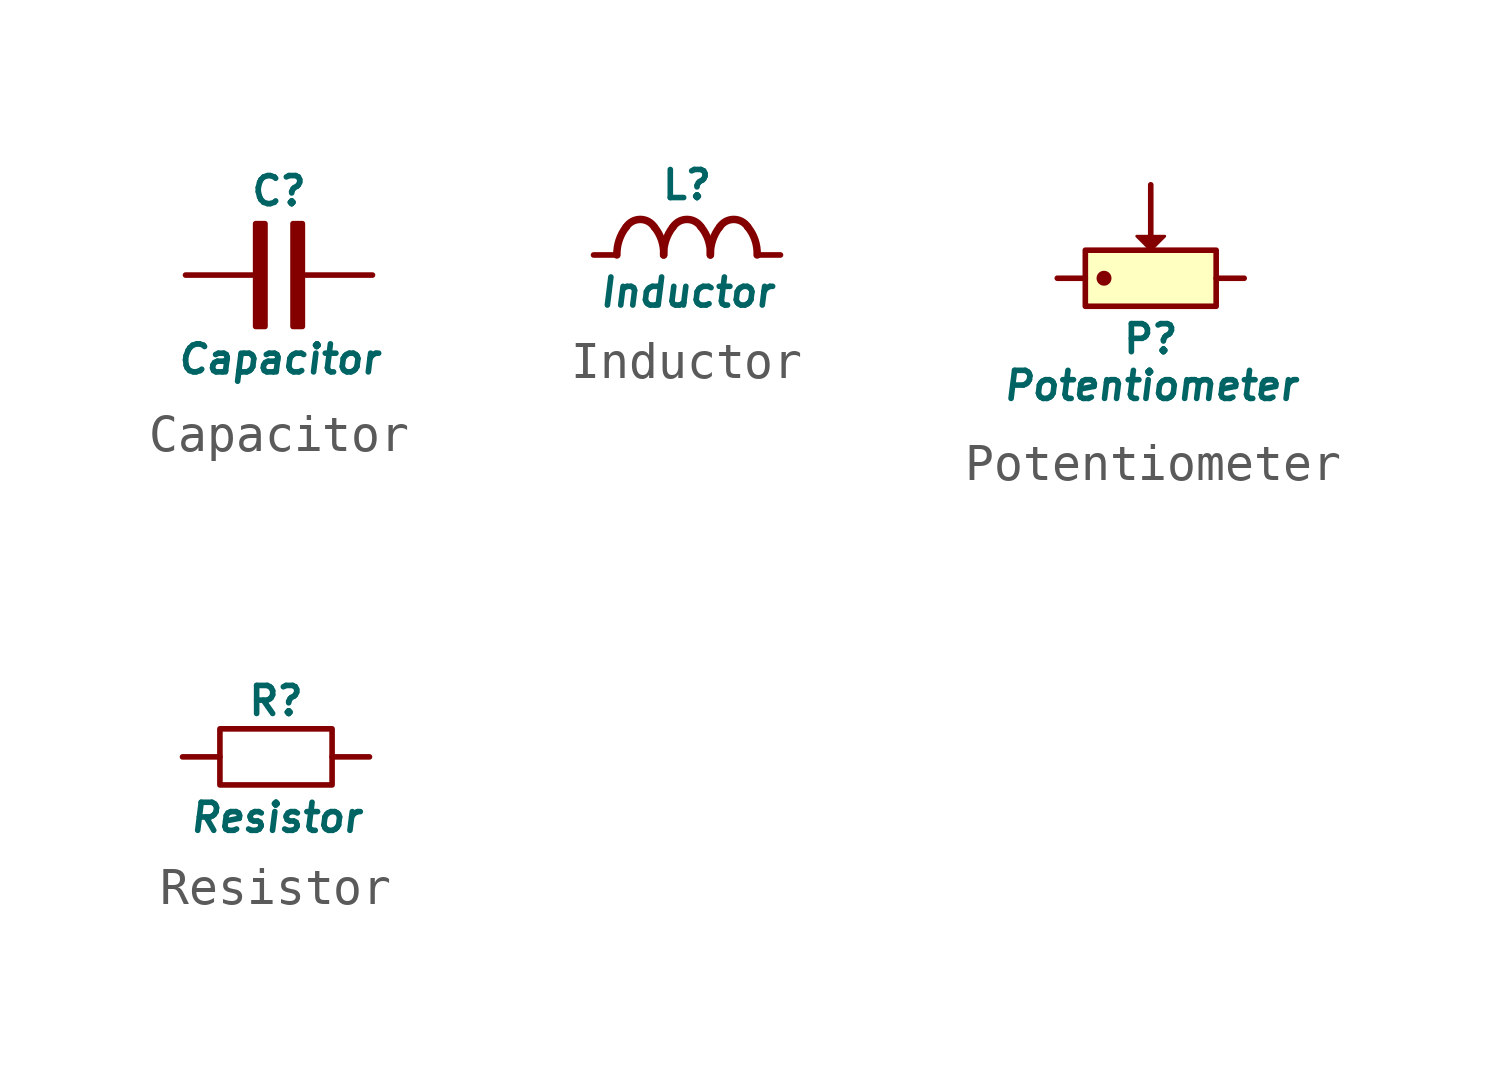
<source format=kicad_sym>
(kicad_symbol_lib
  (version 20220914)
  (generator kicad_symbol_editor)
  (symbol "Capacitor"
    (pin_numbers hide)
    (pin_names
      (offset 0) hide)
    (property "Reference" "C"
      (at 0 2.286 0)
      (effects (font (size 0.762 0.762))))
    (property "Value" "Capacitor"
      (at 0 -2.286 0)
      (effects (font (size 0.762 0.762) italic)))
    (symbol "Capacitor_0_1"
      (rectangle (start -0.635 1.397) (end -0.381 -1.397) (stroke (width 0) (type solid)) (fill (type outline)))
      (rectangle (start 0.381 -1.397) (end 0.635 1.397) (stroke (width 0) (type solid)) (fill (type outline))))
    (symbol "Capacitor_1_1"
      (pin passive line (at -2.54 0 0) (length 1.905) (name "1" (effects (font (size 0.508 0.508)))) (number "1" (effects (font (size 0.508 0.508)))))
      (pin passive line (at 2.54 0 180) (length 1.905) (name "2" (effects (font (size 0.508 0.508)))) (number "2" (effects (font (size 0.508 0.508)))))))
  (symbol "Inductor"
    (pin_numbers hide)
    (pin_names
      (offset 0) hide)
    (property "Reference" "L"
      (at 0 1.905 0)
      (effects (font (size 0.762 0.762))))
    (property "Value" "Inductor"
      (at 0 -1.016 0)
      (effects (font (size 0.762 0.762) italic)))
    (symbol "Inductor_0_1"
      (arc (start -1.651 0.762) (mid -1.844 0.403) (end -1.905 0) (stroke (width 0.2032) (type solid)) (fill (type none)))
      (arc (start -0.889 0.762) (mid -1.27 0.9659) (end -1.651 0.762) (stroke (width 0.2032) (type solid)) (fill (type none)))
      (arc (start -0.635 0) (mid -0.6913 0.4046) (end -0.889 0.762) (stroke (width 0.2032) (type solid)) (fill (type none)))
      (arc (start -0.381 0.762) (mid -0.574 0.403) (end -0.635 0) (stroke (width 0.2032) (type solid)) (fill (type none)))
      (arc (start 0.381 0.762) (mid 0 0.9659) (end -0.381 0.762) (stroke (width 0.2032) (type solid)) (fill (type none)))
      (arc (start 0.635 0) (mid 0.5787 0.4046) (end 0.381 0.762) (stroke (width 0.2032) (type solid)) (fill (type none)))
      (arc (start 0.889 0.762) (mid 0.696 0.403) (end 0.635 0) (stroke (width 0.2032) (type solid)) (fill (type none)))
      (arc (start 1.651 0.762) (mid 1.27 0.9659) (end 0.889 0.762) (stroke (width 0.2032) (type solid)) (fill (type none)))
      (arc (start 1.905 0) (mid 1.8487 0.4046) (end 1.651 0.762) (stroke (width 0.2032) (type solid)) (fill (type none))))
    (symbol "Inductor_1_1"
      (pin passive line (at -2.54 0 0) (length 0.635) (name "1" (effects (font (size 0.508 0.508)))) (number "1" (effects (font (size 0.508 0.508)))))
      (pin passive line (at 2.54 0 180) (length 0.635) (name "2" (effects (font (size 0.508 0.508)))) (number "2" (effects (font (size 0.508 0.508)))))))
  (symbol "Potentiometer"
    (pin_numbers hide)
    (pin_names
      (offset 0) hide)
    (property "Reference" "P"
      (at 0 -1.651 0)
      (effects (font (size 0.762 0.762))))
    (property "Value" "Potentiometer"
      (at 0 -2.921 0)
      (effects (font (size 0.762 0.762) italic)))
    (symbol "Potentiometer_0_1"
      (rectangle (start -1.778 0.762) (end 1.778 -0.762) (stroke (width 0) (type solid)) (fill (type background)))
      (circle (center -1.27 0) (radius 0.127) (stroke (width 0) (type solid)) (fill (type outline)))
      (polyline (pts (xy 0 0.762) (xy -0.381 1.143) (xy 0.381 1.143) (xy 0 0.762)) (stroke (width 0.076) (type solid)) (fill (type outline))))
    (symbol "Potentiometer_1_1"
      (pin passive line (at -2.54 0 0) (length 0.762) (name "1" (effects (font (size 0.508 0.508)))) (number "1" (effects (font (size 0.508 0.508)))))
      (pin passive line (at 0 2.54 270) (length 1.524) (name "2" (effects (font (size 0.508 0.508)))) (number "2" (effects (font (size 0.508 0.508)))))
      (pin passive line (at 2.54 0 180) (length 0.762) (name "3" (effects (font (size 0.508 0.508)))) (number "3" (effects (font (size 0.508 0.508)))))))
  (symbol "Resistor"
    (pin_numbers hide)
    (pin_names
      (offset 0) hide)
    (property "Reference" "R"
      (at 0 1.524 0)
      (effects (font (size 0.762 0.762))))
    (property "Value" "Resistor"
      (at 0 -1.651 0)
      (effects (font (size 0.762 0.762) italic)))
    (symbol "Resistor_0_1"
      (rectangle (start -1.524 0.762) (end 1.524 -0.762) (stroke (width 0) (type solid)) (fill (type none))))
    (symbol "Resistor_1_1"
      (pin passive line (at -2.54 0 0) (length 1.016) (name "1" (effects (font (size 0.508 0.508)))) (number "1" (effects (font (size 0.508 0.508)))))
      (pin passive line (at 2.54 0 180) (length 1.016) (name "2" (effects (font (size 0.508 0.508)))) (number "2" (effects (font (size 0.508 0.508))))))))
</source>
